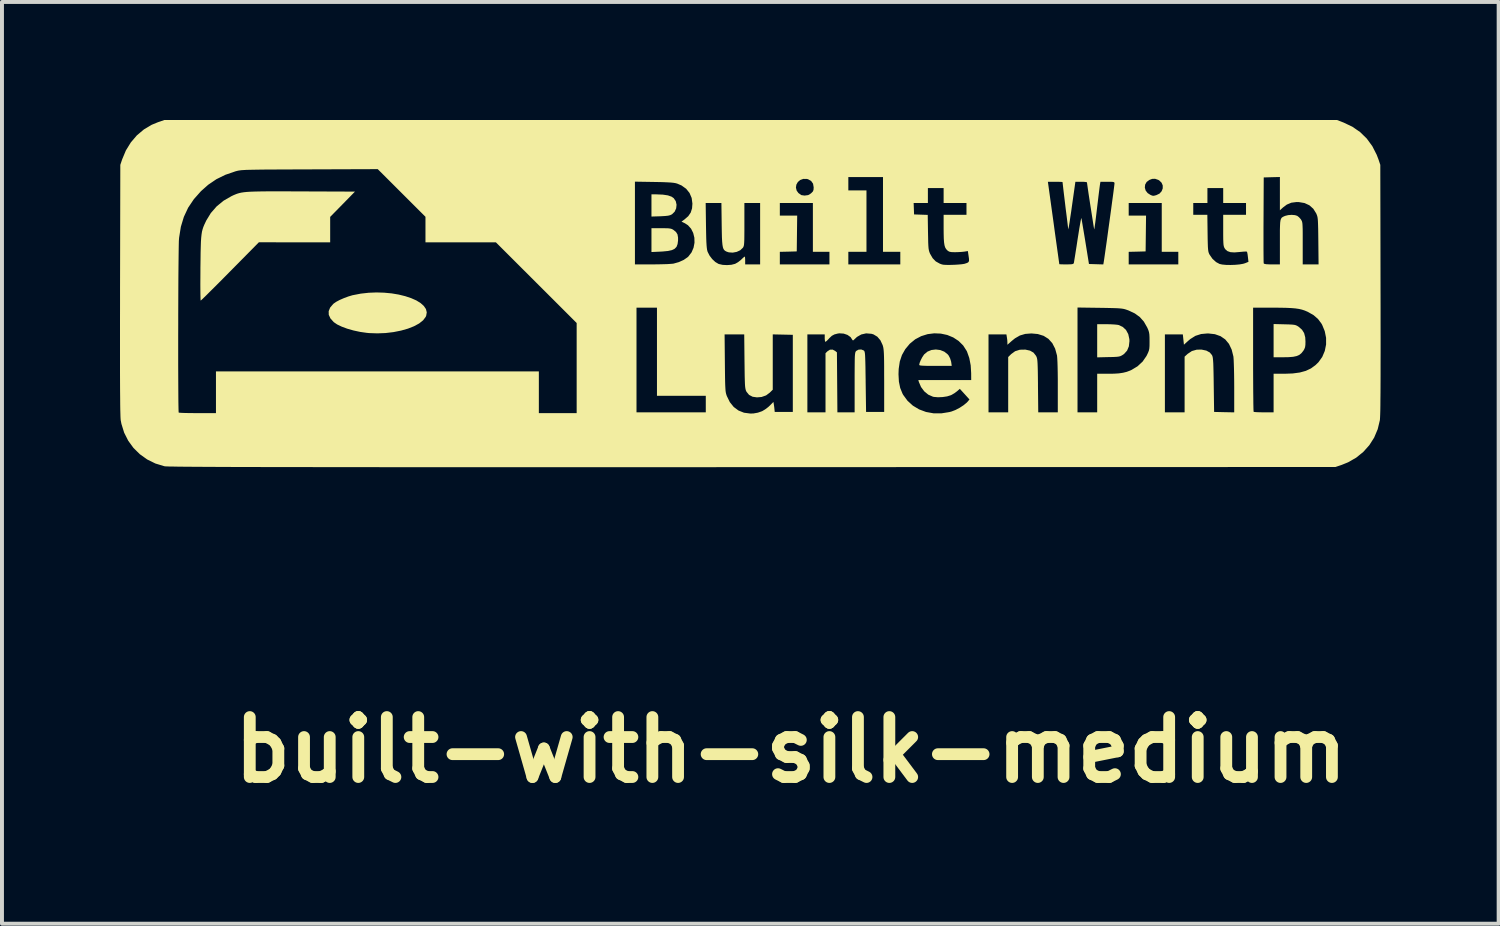
<source format=kicad_pcb>
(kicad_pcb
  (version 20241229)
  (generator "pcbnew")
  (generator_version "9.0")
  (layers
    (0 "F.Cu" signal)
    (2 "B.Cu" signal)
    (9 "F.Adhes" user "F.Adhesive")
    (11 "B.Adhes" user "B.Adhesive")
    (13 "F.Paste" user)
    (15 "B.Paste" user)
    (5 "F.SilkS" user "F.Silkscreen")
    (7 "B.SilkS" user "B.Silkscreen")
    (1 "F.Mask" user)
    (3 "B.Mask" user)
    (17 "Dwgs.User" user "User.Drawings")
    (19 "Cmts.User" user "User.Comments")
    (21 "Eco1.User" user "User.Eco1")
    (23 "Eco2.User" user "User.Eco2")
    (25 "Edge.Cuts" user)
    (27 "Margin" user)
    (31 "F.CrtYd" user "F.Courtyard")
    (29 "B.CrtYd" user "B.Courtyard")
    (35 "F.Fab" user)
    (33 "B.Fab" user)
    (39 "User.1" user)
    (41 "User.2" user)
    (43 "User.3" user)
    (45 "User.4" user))
  (footprint "built-with-silk-medium"
    (layer "F.Cu")
    (at 17.051 16.01)
    (property "Reference" "built-with-silk-medium" (at 0 0 0) (layer "F.SilkS") (effects (font (size 1.524 1.524) (thickness 0.3))))
    (attr board_only exclude_from_pos_files exclude_from_bom)
    (fp_poly (pts (xy -3.418 -14.12) (xy -3.253 -14.113) (xy -3.125 -14.094) (xy -3.031 -14.061) (xy -2.977 -14.023) (xy -2.925 -13.946) (xy -2.905 -13.856) (xy -2.915 -13.764) (xy -2.953 -13.68) (xy -3.019 -13.615) (xy -3.028 -13.61) (xy -3.068 -13.591) (xy -3.12 -13.578) (xy -3.193 -13.57) (xy -3.295 -13.564) (xy -3.318 -13.563) (xy -3.543 -13.556) (xy -3.543 -14.12)) (stroke (width 0) (type solid)) (fill yes) (layer "F.SilkS"))
    (fp_poly (pts (xy -3.19 -13.259) (xy -3.115 -13.257) (xy -3.064 -13.25) (xy -3.026 -13.24) (xy -2.994 -13.223) (xy -2.981 -13.214) (xy -2.918 -13.162) (xy -2.881 -13.101) (xy -2.867 -13.021) (xy -2.867 -12.946) (xy -2.879 -12.857) (xy -2.905 -12.788) (xy -2.952 -12.738) (xy -3.023 -12.703) (xy -3.122 -12.681) (xy -3.256 -12.668) (xy -3.306 -12.665) (xy -3.543 -12.654) (xy -3.543 -13.26) (xy -3.296 -13.26)) (stroke (width 0) (type solid)) (fill yes) (layer "F.SilkS"))
    (fp_poly (pts (xy 8.021 -10.82) (xy 8.122 -10.818) (xy 8.216 -10.813) (xy 8.291 -10.806) (xy 8.331 -10.799) (xy 8.437 -10.75) (xy 8.52 -10.671) (xy 8.576 -10.567) (xy 8.604 -10.44) (xy 8.606 -10.39) (xy 8.591 -10.257) (xy 8.547 -10.15) (xy 8.472 -10.066) (xy 8.445 -10.046) (xy 8.409 -10.024) (xy 8.376 -10.008) (xy 8.338 -9.998) (xy 8.285 -9.991) (xy 8.211 -9.987) (xy 8.106 -9.984) (xy 8.073 -9.984) (xy 7.786 -9.977) (xy 7.786 -10.82)) (stroke (width 0) (type solid)) (fill yes) (layer "F.SilkS"))
    (fp_poly (pts (xy 3.797 -10.163) (xy 3.9 -10.122) (xy 3.985 -10.055) (xy 4.011 -10.023) (xy 4.047 -9.954) (xy 4.072 -9.875) (xy 4.076 -9.854) (xy 4.089 -9.76) (xy 3.676 -9.76) (xy 3.534 -9.76) (xy 3.428 -9.762) (xy 3.352 -9.765) (xy 3.303 -9.769) (xy 3.275 -9.775) (xy 3.263 -9.784) (xy 3.263 -9.788) (xy 3.273 -9.837) (xy 3.3 -9.903) (xy 3.337 -9.975) (xy 3.378 -10.038) (xy 3.39 -10.054) (xy 3.473 -10.123) (xy 3.574 -10.164) (xy 3.685 -10.177)) (stroke (width 0) (type solid)) (fill yes) (layer "F.SilkS"))
    (fp_poly (pts (xy 12.548 -10.817) (xy 12.659 -10.814) (xy 12.739 -10.81) (xy 12.794 -10.804) (xy 12.834 -10.794) (xy 12.867 -10.779) (xy 12.901 -10.758) (xy 12.912 -10.75) (xy 12.993 -10.678) (xy 13.046 -10.593) (xy 13.074 -10.487) (xy 13.08 -10.379) (xy 13.078 -10.294) (xy 13.07 -10.236) (xy 13.052 -10.189) (xy 13.027 -10.146) (xy 12.979 -10.085) (xy 12.924 -10.04) (xy 12.855 -10.01) (xy 12.766 -9.991) (xy 12.649 -9.982) (xy 12.534 -9.98) (xy 12.27 -9.98) (xy 12.27 -10.824)) (stroke (width 0) (type solid)) (fill yes) (layer "F.SilkS"))
    (fp_poly (pts (xy -10.337 -11.621) (xy -10.147 -11.603) (xy -9.968 -11.573) (xy -9.801 -11.532) (xy -9.651 -11.482) (xy -9.519 -11.424) (xy -9.411 -11.357) (xy -9.329 -11.284) (xy -9.275 -11.205) (xy -9.254 -11.121) (xy -9.269 -11.034) (xy -9.282 -11.005) (xy -9.347 -10.919) (xy -9.447 -10.839) (xy -9.578 -10.768) (xy -9.733 -10.707) (xy -9.909 -10.657) (xy -10.1 -10.619) (xy -10.302 -10.595) (xy -10.509 -10.587) (xy -10.718 -10.594) (xy -10.779 -10.6) (xy -10.947 -10.624) (xy -11.114 -10.66) (xy -11.273 -10.705) (xy -11.414 -10.757) (xy -11.531 -10.813) (xy -11.616 -10.871) (xy -11.619 -10.874) (xy -11.702 -10.966) (xy -11.745 -11.059) (xy -11.747 -11.151) (xy -11.71 -11.242) (xy -11.633 -11.333) (xy -11.619 -11.345) (xy -11.557 -11.388) (xy -11.467 -11.436) (xy -11.359 -11.483) (xy -11.246 -11.525) (xy -11.138 -11.557) (xy -11.126 -11.559) (xy -10.93 -11.597) (xy -10.731 -11.619) (xy -10.532 -11.627)) (stroke (width 0) (type solid)) (fill yes) (layer "F.SilkS"))
    (fp_poly (pts (xy -12.951 -14.197) (xy -12.703 -14.196) (xy -12.435 -14.195) (xy -11.079 -14.19) (xy -11.394 -13.868) (xy -11.709 -13.547) (xy -11.709 -12.9) (xy -12.615 -12.901) (xy -13.521 -12.902) (xy -14.253 -12.161) (xy -14.394 -12.018) (xy -14.526 -11.885) (xy -14.648 -11.763) (xy -14.756 -11.656) (xy -14.847 -11.565) (xy -14.92 -11.494) (xy -14.97 -11.446) (xy -14.997 -11.422) (xy -15 -11.42) (xy -15.003 -11.439) (xy -15.005 -11.494) (xy -15.007 -11.581) (xy -15.008 -11.696) (xy -15.009 -11.833) (xy -15.008 -11.99) (xy -15.007 -12.162) (xy -15.007 -12.245) (xy -15.004 -12.462) (xy -15.002 -12.643) (xy -14.998 -12.794) (xy -14.994 -12.918) (xy -14.987 -13.019) (xy -14.978 -13.103) (xy -14.967 -13.173) (xy -14.951 -13.235) (xy -14.932 -13.292) (xy -14.908 -13.35) (xy -14.879 -13.411) (xy -14.86 -13.452) (xy -14.743 -13.644) (xy -14.595 -13.814) (xy -14.418 -13.959) (xy -14.22 -14.073) (xy -14.17 -14.097) (xy -14.123 -14.117) (xy -14.077 -14.135) (xy -14.028 -14.15) (xy -13.973 -14.163) (xy -13.909 -14.173) (xy -13.834 -14.181) (xy -13.743 -14.187) (xy -13.633 -14.191) (xy -13.503 -14.194) (xy -13.347 -14.196) (xy -13.165 -14.197)) (stroke (width 0) (type solid)) (fill yes) (layer "F.SilkS"))
    (fp_poly (pts (xy 14.049 -15.945) (xy 14.272 -15.839) (xy 14.469 -15.703) (xy 14.638 -15.538) (xy 14.779 -15.345) (xy 14.891 -15.125) (xy 14.935 -15.01) (xy 14.982 -14.87) (xy 14.988 -11.7) (xy 14.989 -11.246) (xy 14.989 -10.83) (xy 14.99 -10.452) (xy 14.99 -10.11) (xy 14.989 -9.803) (xy 14.989 -9.53) (xy 14.988 -9.289) (xy 14.987 -9.079) (xy 14.985 -8.899) (xy 14.984 -8.748) (xy 14.982 -8.624) (xy 14.979 -8.526) (xy 14.976 -8.452) (xy 14.973 -8.403) (xy 14.971 -8.38) (xy 14.916 -8.151) (xy 14.826 -7.938) (xy 14.703 -7.745) (xy 14.55 -7.574) (xy 14.37 -7.428) (xy 14.164 -7.31) (xy 14.001 -7.244) (xy 13.841 -7.19) (xy -0.981 -7.187) (xy -1.927 -7.186) (xy -2.834 -7.186) (xy -3.703 -7.186) (xy -4.533 -7.186) (xy -5.327 -7.186) (xy -6.085 -7.186) (xy -6.807 -7.186) (xy -7.495 -7.186) (xy -8.149 -7.186) (xy -8.77 -7.186) (xy -9.359 -7.186) (xy -9.917 -7.186) (xy -10.443 -7.186) (xy -10.94 -7.187) (xy -11.408 -7.187) (xy -11.847 -7.187) (xy -12.259 -7.188) (xy -12.644 -7.188) (xy -13.003 -7.189) (xy -13.337 -7.189) (xy -13.646 -7.19) (xy -13.932 -7.191) (xy -14.195 -7.191) (xy -14.435 -7.192) (xy -14.655 -7.193) (xy -14.854 -7.194) (xy -15.033 -7.195) (xy -15.193 -7.196) (xy -15.335 -7.197) (xy -15.46 -7.198) (xy -15.567 -7.199) (xy -15.659 -7.201) (xy -15.736 -7.202) (xy -15.799 -7.203) (xy -15.848 -7.205) (xy -15.885 -7.206) (xy -15.909 -7.208) (xy -15.922 -7.21) (xy -15.923 -7.21) (xy -16.151 -7.279) (xy -16.36 -7.382) (xy -16.546 -7.515) (xy -16.708 -7.674) (xy -16.842 -7.858) (xy -16.945 -8.062) (xy -17.014 -8.284) (xy -17.033 -8.38) (xy -17.036 -8.413) (xy -17.039 -8.469) (xy -17.041 -8.549) (xy -17.044 -8.653) (xy -17.046 -8.785) (xy -17.047 -8.943) (xy -17.049 -9.131) (xy -17.05 -9.349) (xy -17.051 -9.598) (xy -17.051 -9.88) (xy -17.051 -10.196) (xy -17.051 -10.282) (xy -15.572 -10.282) (xy -15.572 -10.034) (xy -15.572 -9.794) (xy -15.571 -9.567) (xy -15.57 -9.356) (xy -15.569 -9.163) (xy -15.568 -8.992) (xy -15.567 -8.846) (xy -15.565 -8.728) (xy -15.563 -8.641) (xy -15.561 -8.589) (xy -15.559 -8.573) (xy -15.536 -8.57) (xy -15.479 -8.566) (xy -15.393 -8.563) (xy -15.284 -8.561) (xy -15.159 -8.56) (xy -15.079 -8.56) (xy -14.612 -8.56) (xy -14.612 -9.62) (xy -6.405 -9.62) (xy -6.405 -8.56) (xy -5.444 -8.56) (xy -5.444 -8.58) (xy -3.923 -8.58) (xy -2.162 -8.58) (xy -2.162 -9) (xy -3.403 -9) (xy -3.403 -10.56) (xy -1.684 -10.56) (xy -1.677 -9.835) (xy -1.675 -9.644) (xy -1.673 -9.489) (xy -1.671 -9.365) (xy -1.668 -9.267) (xy -1.664 -9.192) (xy -1.66 -9.133) (xy -1.654 -9.088) (xy -1.646 -9.052) (xy -1.636 -9.019) (xy -1.627 -8.994) (xy -1.551 -8.839) (xy -1.452 -8.716) (xy -1.331 -8.626) (xy -1.191 -8.57) (xy -1.031 -8.549) (xy -0.951 -8.551) (xy -0.839 -8.571) (xy -0.813 -8.58) (xy 0.42 -8.58) (xy 0.881 -8.58) (xy 0.881 -10.082) (xy 0.93 -10.131) (xy 0.994 -10.172) (xy 1.062 -10.174) (xy 1.124 -10.142) (xy 1.171 -10.104) (xy 1.177 -9.342) (xy 1.183 -8.58) (xy 1.621 -8.58) (xy 1.621 -9.34) (xy 1.621 -9.535) (xy 1.622 -9.693) (xy 1.623 -9.819) (xy 1.624 -9.918) (xy 1.626 -9.992) (xy 1.63 -10.045) (xy 1.635 -10.083) (xy 1.641 -10.108) (xy 1.649 -10.125) (xy 1.658 -10.137) (xy 1.661 -10.14) (xy 1.72 -10.173) (xy 1.79 -10.177) (xy 1.853 -10.152) (xy 1.863 -10.143) (xy 1.871 -10.129) (xy 1.877 -10.107) (xy 1.883 -10.073) (xy 1.887 -10.023) (xy 1.89 -9.953) (xy 1.893 -9.859) (xy 1.896 -9.737) (xy 1.898 -9.584) (xy 1.901 -9.395) (xy 1.901 -9.357) (xy 1.912 -8.59) (xy 2.372 -8.59) (xy 2.372 -9.38) (xy 2.371 -9.55) (xy 2.736 -9.55) (xy 2.746 -9.362) (xy 2.779 -9.2) (xy 2.837 -9.057) (xy 2.855 -9.024) (xy 2.965 -8.874) (xy 3.101 -8.75) (xy 3.259 -8.655) (xy 3.436 -8.589) (xy 3.626 -8.555) (xy 3.826 -8.554) (xy 3.99 -8.58) (xy 5.024 -8.58) (xy 5.524 -8.58) (xy 5.524 -9.985) (xy 5.6 -10.06) (xy 5.7 -10.133) (xy 5.82 -10.171) (xy 5.958 -10.174) (xy 5.961 -10.174) (xy 6.079 -10.148) (xy 6.168 -10.097) (xy 6.23 -10.018) (xy 6.235 -10.009) (xy 6.246 -9.986) (xy 6.255 -9.959) (xy 6.262 -9.924) (xy 6.267 -9.878) (xy 6.271 -9.816) (xy 6.274 -9.732) (xy 6.277 -9.623) (xy 6.279 -9.485) (xy 6.281 -9.312) (xy 6.281 -9.255) (xy 6.288 -8.58) (xy 6.785 -8.58) (xy 6.785 -9.246) (xy 6.785 -9.425) (xy 6.783 -9.59) (xy 6.78 -9.737) (xy 6.776 -9.86) (xy 6.771 -9.955) (xy 6.766 -10.017) (xy 6.764 -10.028) (xy 6.717 -10.198) (xy 6.645 -10.338) (xy 6.547 -10.447) (xy 6.425 -10.524) (xy 6.277 -10.57) (xy 6.115 -10.585) (xy 5.958 -10.573) (xy 5.822 -10.533) (xy 5.697 -10.461) (xy 5.619 -10.398) (xy 5.504 -10.297) (xy 5.504 -10.353) (xy 5.501 -10.413) (xy 5.492 -10.481) (xy 5.491 -10.485) (xy 5.479 -10.56) (xy 5.024 -10.56) (xy 5.024 -8.58) (xy 3.99 -8.58) (xy 4.031 -8.587) (xy 4.084 -8.601) (xy 4.183 -8.639) (xy 4.29 -8.695) (xy 4.391 -8.761) (xy 4.472 -8.828) (xy 4.497 -8.855) (xy 4.54 -8.907) (xy 4.418 -9.042) (xy 4.295 -9.177) (xy 4.225 -9.116) (xy 4.161 -9.068) (xy 4.086 -9.024) (xy 4.064 -9.014) (xy 3.971 -8.985) (xy 3.857 -8.968) (xy 3.739 -8.963) (xy 3.635 -8.972) (xy 3.609 -8.978) (xy 3.493 -9.029) (xy 3.391 -9.113) (xy 3.309 -9.223) (xy 3.254 -9.351) (xy 3.253 -9.355) (xy 3.24 -9.4) (xy 4.584 -9.4) (xy 4.583 -9.575) (xy 4.571 -9.775) (xy 4.535 -9.961) (xy 4.478 -10.122) (xy 4.47 -10.139) (xy 4.38 -10.279) (xy 4.264 -10.394) (xy 4.128 -10.483) (xy 3.975 -10.546) (xy 3.812 -10.581) (xy 3.644 -10.588) (xy 3.476 -10.567) (xy 3.313 -10.516) (xy 3.161 -10.436) (xy 3.025 -10.325) (xy 3.022 -10.322) (xy 2.908 -10.185) (xy 2.824 -10.037) (xy 2.769 -9.872) (xy 2.741 -9.683) (xy 2.736 -9.55) (xy 2.371 -9.55) (xy 2.371 -9.581) (xy 2.371 -9.746) (xy 2.37 -9.88) (xy 2.368 -9.986) (xy 2.365 -10.069) (xy 2.361 -10.134) (xy 2.356 -10.185) (xy 2.35 -10.225) (xy 2.342 -10.259) (xy 2.333 -10.289) (xy 2.276 -10.411) (xy 2.198 -10.502) (xy 2.1 -10.561) (xy 2.049 -10.576) (xy 1.914 -10.587) (xy 1.79 -10.559) (xy 1.68 -10.496) (xy 1.624 -10.443) (xy 1.589 -10.41) (xy 1.569 -10.412) (xy 1.567 -10.416) (xy 1.518 -10.492) (xy 1.439 -10.548) (xy 1.342 -10.581) (xy 1.233 -10.588) (xy 1.191 -10.582) (xy 1.107 -10.56) (xy 1.042 -10.525) (xy 0.98 -10.467) (xy 0.956 -10.44) (xy 0.915 -10.398) (xy 0.885 -10.375) (xy 0.874 -10.373) (xy 0.866 -10.4) (xy 0.861 -10.451) (xy 0.861 -10.473) (xy 0.861 -10.56) (xy 0.42 -10.56) (xy 0.42 -8.58) (xy -0.813 -8.58) (xy -0.733 -8.608) (xy -0.727 -8.611) (xy -0.653 -8.655) (xy -0.575 -8.714) (xy -0.533 -8.753) (xy -0.443 -8.844) (xy -0.432 -8.777) (xy -0.422 -8.709) (xy -0.416 -8.65) (xy -0.41 -8.59) (xy 0.05 -8.59) (xy 0.05 -10.55) (xy -0.46 -10.561) (xy -0.46 -9.155) (xy -0.536 -9.08) (xy -0.63 -9.01) (xy -0.744 -8.97) (xy -0.861 -8.96) (xy -0.972 -8.976) (xy -1.062 -9.023) (xy -1.125 -9.1) (xy -1.131 -9.11) (xy -1.142 -9.134) (xy -1.15 -9.161) (xy -1.157 -9.195) (xy -1.163 -9.242) (xy -1.167 -9.304) (xy -1.17 -9.388) (xy -1.173 -9.497) (xy -1.175 -9.635) (xy -1.177 -9.807) (xy -1.178 -9.875) (xy -1.185 -10.56) (xy -1.684 -10.56) (xy -3.403 -10.56) (xy -3.403 -11.24) (xy -3.923 -11.24) (xy -3.923 -8.58) (xy -5.444 -8.58) (xy -5.444 -10.85) (xy -5.838 -11.244) (xy 7.286 -11.244) (xy 7.286 -8.58) (xy 7.786 -8.58) (xy 9.507 -8.58) (xy 10.008 -8.58) (xy 10.008 -9.995) (xy 10.087 -10.067) (xy 10.194 -10.138) (xy 10.319 -10.173) (xy 10.441 -10.174) (xy 10.56 -10.149) (xy 10.648 -10.101) (xy 10.703 -10.035) (xy 10.713 -10.013) (xy 10.721 -9.986) (xy 10.727 -9.947) (xy 10.732 -9.893) (xy 10.737 -9.82) (xy 10.74 -9.723) (xy 10.743 -9.599) (xy 10.746 -9.442) (xy 10.748 -9.28) (xy 10.758 -8.59) (xy 11.014 -8.584) (xy 11.269 -8.579) (xy 11.269 -9.224) (xy 11.268 -9.388) (xy 11.266 -9.545) (xy 11.263 -9.688) (xy 11.259 -9.813) (xy 11.255 -9.913) (xy 11.25 -9.981) (xy 11.248 -10) (xy 11.204 -10.175) (xy 11.135 -10.32) (xy 11.041 -10.433) (xy 10.922 -10.515) (xy 10.778 -10.566) (xy 10.61 -10.585) (xy 10.59 -10.585) (xy 10.427 -10.57) (xy 10.283 -10.524) (xy 10.152 -10.442) (xy 10.1 -10.398) (xy 9.991 -10.299) (xy 9.977 -10.429) (xy 9.963 -10.56) (xy 9.507 -10.56) (xy 9.507 -8.58) (xy 7.786 -8.58) (xy 7.786 -9.56) (xy 8.054 -9.56) (xy 8.211 -9.562) (xy 8.338 -9.57) (xy 8.444 -9.586) (xy 8.537 -9.609) (xy 8.627 -9.643) (xy 8.661 -9.659) (xy 8.812 -9.75) (xy 8.941 -9.87) (xy 9.039 -10.012) (xy 9.052 -10.038) (xy 9.081 -10.099) (xy 9.1 -10.149) (xy 9.111 -10.201) (xy 9.116 -10.265) (xy 9.117 -10.354) (xy 9.117 -10.39) (xy 9.116 -10.49) (xy 9.112 -10.562) (xy 9.103 -10.617) (xy 9.087 -10.669) (xy 9.062 -10.727) (xy 9.055 -10.741) (xy 8.972 -10.886) (xy 8.87 -11.001) (xy 8.744 -11.093) (xy 8.588 -11.167) (xy 8.547 -11.182) (xy 8.506 -11.196) (xy 8.466 -11.207) (xy 8.421 -11.215) (xy 8.365 -11.221) (xy 8.294 -11.226) (xy 8.202 -11.229) (xy 8.083 -11.232) (xy 7.932 -11.235) (xy 7.851 -11.236) (xy 7.552 -11.24) (xy 11.749 -11.24) (xy 11.749 -9.923) (xy 11.749 -9.697) (xy 11.75 -9.483) (xy 11.751 -9.285) (xy 11.752 -9.104) (xy 11.754 -8.946) (xy 11.755 -8.813) (xy 11.757 -8.708) (xy 11.759 -8.635) (xy 11.762 -8.598) (xy 11.763 -8.593) (xy 11.787 -8.588) (xy 11.843 -8.584) (xy 11.922 -8.581) (xy 12.017 -8.58) (xy 12.023 -8.58) (xy 12.27 -8.58) (xy 12.27 -9.56) (xy 12.545 -9.56) (xy 12.756 -9.568) (xy 12.936 -9.592) (xy 13.089 -9.634) (xy 13.22 -9.696) (xy 13.335 -9.78) (xy 13.41 -9.853) (xy 13.506 -9.987) (xy 13.571 -10.14) (xy 13.604 -10.304) (xy 13.604 -10.474) (xy 13.57 -10.643) (xy 13.504 -10.804) (xy 13.485 -10.837) (xy 13.398 -10.953) (xy 13.286 -11.05) (xy 13.142 -11.132) (xy 13.129 -11.138) (xy 13.061 -11.167) (xy 12.991 -11.19) (xy 12.914 -11.208) (xy 12.825 -11.221) (xy 12.718 -11.23) (xy 12.586 -11.236) (xy 12.426 -11.239) (xy 12.245 -11.24) (xy 11.749 -11.24) (xy 7.552 -11.24) (xy 7.286 -11.244) (xy -5.838 -11.244) (xy -6.47 -11.875) (xy -7.496 -12.9) (xy -9.287 -12.9) (xy -9.287 -13.55) (xy -9.894 -14.156) (xy -10.181 -14.443) (xy -3.963 -14.443) (xy -3.963 -12.34) (xy -3.526 -12.34) (xy -3.39 -12.341) (xy -3.261 -12.344) (xy -3.146 -12.347) (xy -3.054 -12.353) (xy -2.993 -12.358) (xy -2.982 -12.36) (xy -2.847 -12.398) (xy -2.723 -12.454) (xy -2.622 -12.524) (xy -2.604 -12.541) (xy -2.524 -12.645) (xy -2.473 -12.764) (xy -2.449 -12.89) (xy -2.452 -13.017) (xy -2.482 -13.139) (xy -2.536 -13.247) (xy -2.615 -13.335) (xy -2.691 -13.384) (xy -2.779 -13.427) (xy -2.706 -13.48) (xy -2.608 -13.565) (xy -2.545 -13.657) (xy -2.511 -13.765) (xy -2.502 -13.886) (xy -2.504 -13.9) (xy -2.165 -13.9) (xy -2.157 -13.325) (xy -2.154 -13.152) (xy -2.151 -13.013) (xy -2.147 -12.905) (xy -2.142 -12.822) (xy -2.136 -12.759) (xy -2.129 -12.711) (xy -2.12 -12.674) (xy -2.113 -12.655) (xy -2.066 -12.563) (xy -1.998 -12.474) (xy -1.92 -12.401) (xy -1.841 -12.354) (xy -1.831 -12.35) (xy -1.734 -12.328) (xy -1.623 -12.322) (xy -1.512 -12.33) (xy -1.421 -12.353) (xy -1.409 -12.358) (xy -1.343 -12.396) (xy -1.276 -12.448) (xy -1.255 -12.468) (xy -1.212 -12.509) (xy -1.18 -12.535) (xy -1.172 -12.54) (xy -1.165 -12.522) (xy -1.162 -12.476) (xy -1.161 -12.44) (xy -1.161 -12.34) (xy -0.781 -12.34) (xy -0.28 -12.34) (xy 0.981 -12.34) (xy 1.461 -12.34) (xy 2.782 -12.34) (xy 2.782 -12.66) (xy 2.342 -12.66) (xy 2.342 -13.9) (xy 3.121 -13.9) (xy 3.132 -13.61) (xy 3.306 -13.604) (xy 3.479 -13.598) (xy 3.486 -13.154) (xy 3.489 -13.008) (xy 3.491 -12.896) (xy 3.495 -12.811) (xy 3.5 -12.748) (xy 3.508 -12.701) (xy 3.518 -12.663) (xy 3.531 -12.628) (xy 3.539 -12.61) (xy 3.604 -12.498) (xy 3.683 -12.416) (xy 3.787 -12.358) (xy 3.843 -12.338) (xy 3.889 -12.33) (xy 3.964 -12.327) (xy 4.057 -12.327) (xy 4.159 -12.33) (xy 4.259 -12.336) (xy 4.346 -12.344) (xy 4.409 -12.354) (xy 4.423 -12.358) (xy 4.483 -12.378) (xy 4.516 -12.4) (xy 4.529 -12.433) (xy 4.527 -12.487) (xy 4.519 -12.544) (xy 4.499 -12.679) (xy 4.406 -12.664) (xy 4.337 -12.657) (xy 4.248 -12.652) (xy 4.17 -12.65) (xy 4.09 -12.652) (xy 4.038 -12.66) (xy 4.002 -12.677) (xy 3.974 -12.699) (xy 3.944 -12.733) (xy 3.921 -12.774) (xy 3.905 -12.828) (xy 3.894 -12.901) (xy 3.887 -12.998) (xy 3.884 -13.125) (xy 3.883 -13.245) (xy 3.883 -13.6) (xy 4.464 -13.6) (xy 4.464 -13.9) (xy 3.883 -13.9) (xy 3.883 -14.28) (xy 3.483 -14.28) (xy 3.483 -13.9) (xy 3.121 -13.9) (xy 2.342 -13.9) (xy 2.342 -14.44) (xy 6.533 -14.44) (xy 6.678 -13.395) (xy 6.705 -13.195) (xy 6.731 -13.008) (xy 6.755 -12.837) (xy 6.776 -12.685) (xy 6.794 -12.557) (xy 6.808 -12.456) (xy 6.818 -12.385) (xy 6.823 -12.349) (xy 6.824 -12.345) (xy 6.843 -12.343) (xy 6.893 -12.341) (xy 6.965 -12.34) (xy 7.004 -12.34) (xy 7.091 -12.341) (xy 7.146 -12.345) (xy 7.176 -12.354) (xy 7.19 -12.368) (xy 7.193 -12.375) (xy 7.198 -12.403) (xy 7.208 -12.466) (xy 7.223 -12.557) (xy 7.241 -12.672) (xy 7.262 -12.804) (xy 7.284 -12.95) (xy 7.288 -12.977) (xy 7.311 -13.12) (xy 7.331 -13.249) (xy 7.35 -13.357) (xy 7.365 -13.441) (xy 7.376 -13.496) (xy 7.383 -13.517) (xy 7.384 -13.517) (xy 7.389 -13.491) (xy 7.4 -13.43) (xy 7.415 -13.341) (xy 7.434 -13.228) (xy 7.456 -13.097) (xy 7.48 -12.952) (xy 7.485 -12.92) (xy 7.577 -12.35) (xy 7.942 -12.339) (xy 7.942 -12.34) (xy 8.587 -12.34) (xy 9.848 -12.34) (xy 9.848 -12.66) (xy 9.427 -12.66) (xy 9.427 -13.6) (xy 10.228 -13.6) (xy 10.586 -13.6) (xy 10.592 -13.135) (xy 10.594 -12.985) (xy 10.597 -12.87) (xy 10.6 -12.783) (xy 10.605 -12.719) (xy 10.611 -12.673) (xy 10.62 -12.638) (xy 10.632 -12.608) (xy 10.642 -12.589) (xy 10.716 -12.482) (xy 10.809 -12.398) (xy 10.897 -12.351) (xy 10.965 -12.336) (xy 11.062 -12.327) (xy 11.175 -12.325) (xy 11.292 -12.329) (xy 11.403 -12.339) (xy 11.495 -12.355) (xy 11.545 -12.37) (xy 11.631 -12.405) (xy 11.617 -12.527) (xy 11.609 -12.594) (xy 11.599 -12.644) (xy 11.592 -12.663) (xy 11.567 -12.667) (xy 11.513 -12.665) (xy 11.439 -12.658) (xy 11.406 -12.655) (xy 11.273 -12.644) (xy 11.173 -12.651) (xy 11.098 -12.677) (xy 11.044 -12.723) (xy 11.028 -12.746) (xy 11.014 -12.772) (xy 11.004 -12.802) (xy 10.997 -12.842) (xy 10.993 -12.895) (xy 12.013 -12.895) (xy 12.013 -12.737) (xy 12.014 -12.602) (xy 12.015 -12.494) (xy 12.016 -12.416) (xy 12.018 -12.373) (xy 12.019 -12.365) (xy 12.039 -12.352) (xy 12.089 -12.344) (xy 12.174 -12.34) (xy 12.229 -12.34) (xy 12.43 -12.34) (xy 12.43 -12.909) (xy 12.43 -13.08) (xy 12.43 -13.216) (xy 12.433 -13.322) (xy 12.437 -13.401) (xy 12.445 -13.458) (xy 12.458 -13.497) (xy 12.475 -13.525) (xy 12.499 -13.543) (xy 12.53 -13.559) (xy 12.563 -13.573) (xy 12.639 -13.592) (xy 12.728 -13.599) (xy 12.813 -13.592) (xy 12.87 -13.574) (xy 12.913 -13.541) (xy 12.958 -13.492) (xy 12.965 -13.482) (xy 12.978 -13.46) (xy 12.989 -13.438) (xy 12.997 -13.41) (xy 13.003 -13.371) (xy 13.006 -13.316) (xy 13.009 -13.24) (xy 13.01 -13.138) (xy 13.01 -13.005) (xy 13.01 -12.877) (xy 13.01 -12.34) (xy 13.413 -12.34) (xy 13.407 -12.935) (xy 13.405 -13.105) (xy 13.403 -13.241) (xy 13.4 -13.346) (xy 13.397 -13.427) (xy 13.393 -13.487) (xy 13.387 -13.533) (xy 13.379 -13.569) (xy 13.368 -13.6) (xy 13.355 -13.631) (xy 13.353 -13.636) (xy 13.279 -13.754) (xy 13.18 -13.842) (xy 13.057 -13.899) (xy 12.91 -13.924) (xy 12.853 -13.925) (xy 12.721 -13.908) (xy 12.606 -13.86) (xy 12.509 -13.787) (xy 12.43 -13.715) (xy 12.43 -14.561) (xy 12.225 -14.556) (xy 12.019 -14.55) (xy 12.014 -13.47) (xy 12.013 -13.265) (xy 12.013 -13.073) (xy 12.013 -12.895) (xy 10.993 -12.895) (xy 10.993 -12.899) (xy 10.99 -12.979) (xy 10.989 -13.088) (xy 10.989 -13.205) (xy 10.989 -13.6) (xy 11.569 -13.6) (xy 11.569 -13.9) (xy 10.989 -13.9) (xy 10.989 -14.28) (xy 10.588 -14.28) (xy 10.588 -13.9) (xy 10.228 -13.9) (xy 10.228 -13.6) (xy 9.427 -13.6) (xy 9.427 -13.9) (xy 8.587 -13.9) (xy 8.587 -13.58) (xy 9.028 -13.58) (xy 9.017 -12.67) (xy 8.802 -12.664) (xy 8.587 -12.659) (xy 8.587 -12.34) (xy 7.942 -12.34) (xy 7.953 -12.404) (xy 7.96 -12.447) (xy 7.971 -12.523) (xy 7.986 -12.627) (xy 8.004 -12.754) (xy 8.025 -12.9) (xy 8.047 -13.059) (xy 8.07 -13.229) (xy 8.094 -13.402) (xy 8.118 -13.576) (xy 8.141 -13.744) (xy 8.162 -13.903) (xy 8.182 -14.048) (xy 8.199 -14.174) (xy 8.212 -14.277) (xy 8.214 -14.292) (xy 8.997 -14.292) (xy 9.018 -14.217) (xy 9.069 -14.152) (xy 9.137 -14.108) (xy 9.181 -14.089) (xy 9.21 -14.083) (xy 9.244 -14.088) (xy 9.289 -14.1) (xy 9.37 -14.139) (xy 9.424 -14.199) (xy 9.452 -14.271) (xy 9.452 -14.347) (xy 9.422 -14.417) (xy 9.362 -14.475) (xy 9.336 -14.489) (xy 9.257 -14.516) (xy 9.183 -14.513) (xy 9.113 -14.487) (xy 9.043 -14.435) (xy 9.005 -14.368) (xy 8.997 -14.292) (xy 8.214 -14.292) (xy 8.221 -14.351) (xy 8.226 -14.392) (xy 8.226 -14.398) (xy 8.224 -14.418) (xy 8.211 -14.43) (xy 8.18 -14.437) (xy 8.123 -14.44) (xy 8.048 -14.44) (xy 7.869 -14.44) (xy 7.859 -14.385) (xy 7.854 -14.351) (xy 7.845 -14.283) (xy 7.833 -14.187) (xy 7.818 -14.068) (xy 7.802 -13.933) (xy 7.784 -13.786) (xy 7.783 -13.776) (xy 7.766 -13.633) (xy 7.75 -13.503) (xy 7.736 -13.394) (xy 7.724 -13.308) (xy 7.716 -13.251) (xy 7.711 -13.229) (xy 7.711 -13.229) (xy 7.707 -13.249) (xy 7.697 -13.303) (xy 7.684 -13.384) (xy 7.668 -13.488) (xy 7.649 -13.607) (xy 7.629 -13.736) (xy 7.608 -13.869) (xy 7.588 -14.001) (xy 7.569 -14.124) (xy 7.553 -14.234) (xy 7.54 -14.325) (xy 7.531 -14.389) (xy 7.526 -14.423) (xy 7.526 -14.425) (xy 7.508 -14.432) (xy 7.459 -14.438) (xy 7.39 -14.44) (xy 7.379 -14.44) (xy 7.232 -14.44) (xy 7.145 -13.826) (xy 7.124 -13.676) (xy 7.103 -13.54) (xy 7.086 -13.424) (xy 7.071 -13.33) (xy 7.06 -13.266) (xy 7.053 -13.234) (xy 7.052 -13.231) (xy 7.049 -13.254) (xy 7.041 -13.31) (xy 7.031 -13.394) (xy 7.018 -13.499) (xy 7.003 -13.62) (xy 6.986 -13.751) (xy 6.97 -13.885) (xy 6.954 -14.017) (xy 6.939 -14.141) (xy 6.926 -14.25) (xy 6.916 -14.339) (xy 6.909 -14.401) (xy 6.905 -14.431) (xy 6.905 -14.433) (xy 6.887 -14.436) (xy 6.837 -14.438) (xy 6.765 -14.44) (xy 6.719 -14.44) (xy 6.533 -14.44) (xy 2.342 -14.44) (xy 2.342 -14.56) (xy 1.461 -14.56) (xy 1.461 -14.22) (xy 1.922 -14.22) (xy 1.922 -12.66) (xy 1.461 -12.66) (xy 1.461 -12.34) (xy 0.981 -12.34) (xy 0.981 -12.66) (xy 0.56 -12.66) (xy 0.56 -13.9) (xy -0.28 -13.9) (xy -0.28 -13.58) (xy 0.161 -13.58) (xy 0.15 -12.67) (xy -0.065 -12.664) (xy -0.28 -12.659) (xy -0.28 -12.34) (xy -0.781 -12.34) (xy -0.781 -13.9) (xy -1.181 -13.9) (xy -1.181 -13.358) (xy -1.181 -13.196) (xy -1.182 -13.069) (xy -1.183 -12.972) (xy -1.186 -12.9) (xy -1.19 -12.849) (xy -1.196 -12.813) (xy -1.205 -12.788) (xy -1.215 -12.768) (xy -1.221 -12.761) (xy -1.287 -12.699) (xy -1.376 -12.658) (xy -1.477 -12.639) (xy -1.577 -12.646) (xy -1.632 -12.664) (xy -1.665 -12.681) (xy -1.691 -12.702) (xy -1.712 -12.732) (xy -1.727 -12.775) (xy -1.738 -12.836) (xy -1.746 -12.918) (xy -1.752 -13.027) (xy -1.755 -13.166) (xy -1.758 -13.341) (xy -1.758 -13.355) (xy -1.765 -13.9) (xy -2.165 -13.9) (xy -2.504 -13.9) (xy -2.521 -14.028) (xy -2.575 -14.155) (xy -2.661 -14.262) (xy -2.703 -14.292) (xy 0.129 -14.292) (xy 0.148 -14.215) (xy 0.193 -14.153) (xy 0.267 -14.101) (xy 0.349 -14.089) (xy 0.37 -14.092) (xy 0.415 -14.098) (xy 0.434 -14.1) (xy 0.463 -14.112) (xy 0.507 -14.142) (xy 0.519 -14.152) (xy 0.558 -14.191) (xy 0.576 -14.233) (xy 0.58 -14.295) (xy 0.58 -14.299) (xy 0.564 -14.392) (xy 0.515 -14.461) (xy 0.438 -14.504) (xy 0.407 -14.512) (xy 0.316 -14.513) (xy 0.238 -14.485) (xy 0.178 -14.434) (xy 0.14 -14.367) (xy 0.129 -14.292) (xy -2.703 -14.292) (xy -2.778 -14.346) (xy -2.888 -14.393) (xy -2.931 -14.405) (xy -2.985 -14.414) (xy -3.055 -14.421) (xy -3.146 -14.426) (xy -3.265 -14.431) (xy -3.416 -14.434) (xy -3.478 -14.435) (xy -3.963 -14.443) (xy -10.181 -14.443) (xy -10.5 -14.761) (xy -12.23 -14.755) (xy -12.534 -14.754) (xy -12.799 -14.753) (xy -13.03 -14.752) (xy -13.23 -14.751) (xy -13.4 -14.75) (xy -13.543 -14.748) (xy -13.663 -14.746) (xy -13.762 -14.744) (xy -13.842 -14.742) (xy -13.907 -14.738) (xy -13.959 -14.735) (xy -14 -14.73) (xy -14.034 -14.725) (xy -14.064 -14.719) (xy -14.091 -14.712) (xy -14.114 -14.706) (xy -14.371 -14.618) (xy -14.601 -14.505) (xy -14.809 -14.364) (xy -14.993 -14.201) (xy -15.174 -13.997) (xy -15.319 -13.781) (xy -15.428 -13.548) (xy -15.504 -13.297) (xy -15.548 -13.023) (xy -15.552 -12.98) (xy -15.555 -12.931) (xy -15.557 -12.847) (xy -15.559 -12.731) (xy -15.561 -12.588) (xy -15.563 -12.419) (xy -15.565 -12.228) (xy -15.567 -12.018) (xy -15.568 -11.792) (xy -15.569 -11.554) (xy -15.57 -11.306) (xy -15.571 -11.052) (xy -15.571 -10.795) (xy -15.572 -10.537) (xy -15.572 -10.282) (xy -17.051 -10.282) (xy -17.051 -10.547) (xy -17.051 -10.935) (xy -17.05 -11.36) (xy -17.05 -11.7) (xy -17.043 -14.87) (xy -16.996 -15.01) (xy -16.901 -15.237) (xy -16.775 -15.441) (xy -16.623 -15.619) (xy -16.445 -15.769) (xy -16.246 -15.888) (xy -16.088 -15.953) (xy -15.923 -16.01) (xy 13.881 -16.01)) (stroke (width 0) (type solid)) (fill yes) (layer "F.SilkS")))
  (gr_rect
    (start -3 -3)
    (end 35.041 20.428)
    (stroke (width 0.1) (type default))
    (fill no)
    (layer "Edge.Cuts")))
</source>
